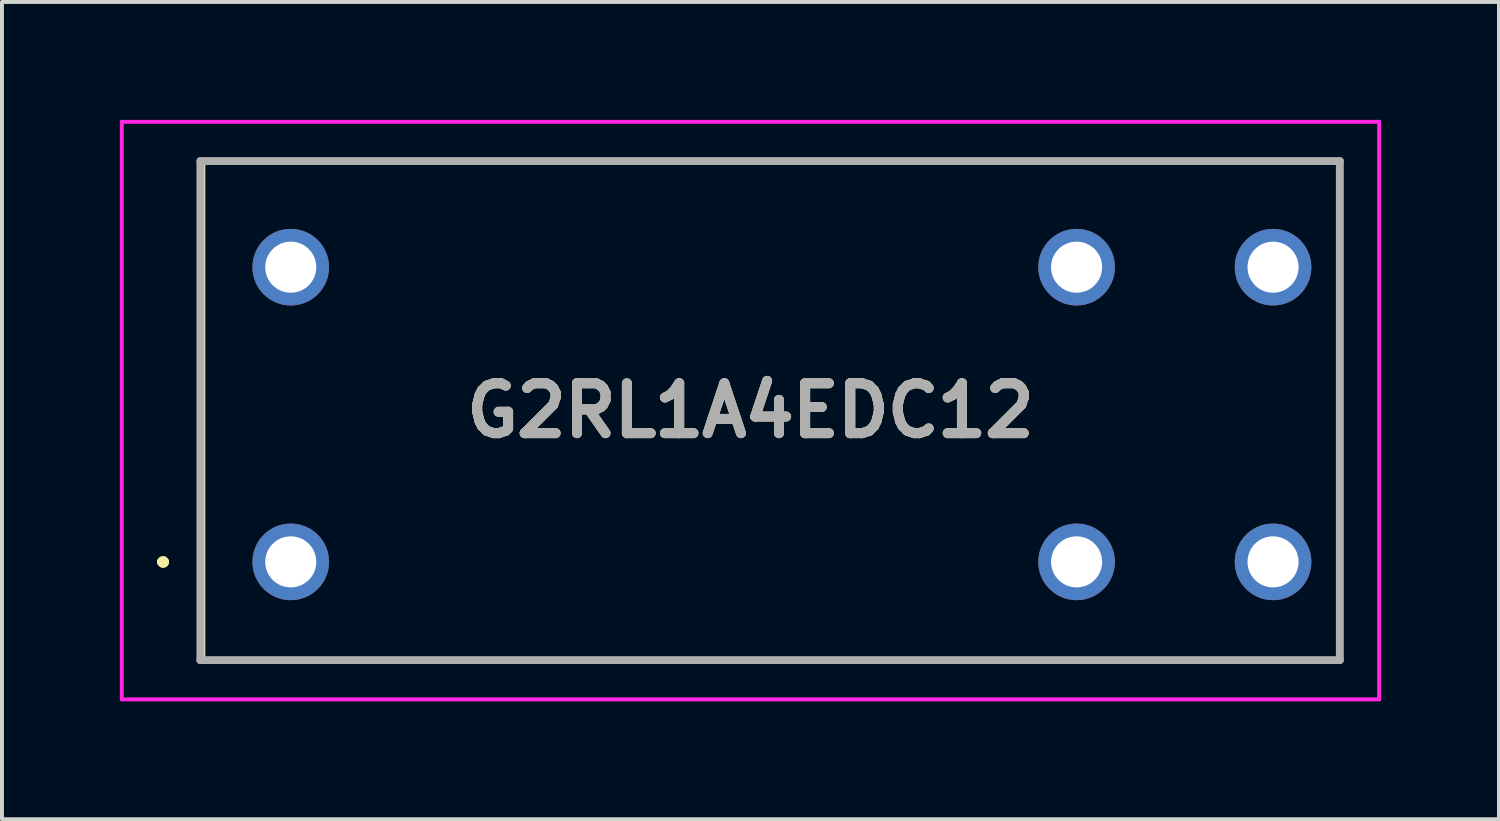
<source format=kicad_pcb>
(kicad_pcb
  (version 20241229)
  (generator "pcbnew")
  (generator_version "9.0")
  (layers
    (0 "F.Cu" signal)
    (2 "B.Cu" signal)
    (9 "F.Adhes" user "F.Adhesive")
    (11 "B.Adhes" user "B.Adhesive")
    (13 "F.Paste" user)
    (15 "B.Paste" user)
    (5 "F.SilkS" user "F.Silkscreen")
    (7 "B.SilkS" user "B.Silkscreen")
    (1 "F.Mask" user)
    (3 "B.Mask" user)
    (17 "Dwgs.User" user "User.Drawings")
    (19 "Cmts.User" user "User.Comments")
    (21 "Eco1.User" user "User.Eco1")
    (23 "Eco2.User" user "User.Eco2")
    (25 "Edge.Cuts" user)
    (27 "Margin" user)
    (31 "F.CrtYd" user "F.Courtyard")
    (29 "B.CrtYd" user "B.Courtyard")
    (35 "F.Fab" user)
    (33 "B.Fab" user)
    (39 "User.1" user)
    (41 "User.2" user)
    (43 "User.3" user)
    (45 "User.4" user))
  (footprint "G2RL1A4EDC12"
    (layer "F.Cu")
    (at 4.35 11.25)
    (property "Reference" "G2RL1A4EDC12" (at 11.7 -3.85 0) (layer "F.SilkS") (effects (font (size 1.27 1.27) (thickness 0.254))))
    (attr through_hole)
    (fp_line (start -3.3 0) (end -3.3 0) (stroke (width 0.2) (type solid)) (layer "F.SilkS"))
    (fp_line (start -3.3 0) (end -3.3 0) (stroke (width 0.2) (type solid)) (layer "F.SilkS"))
    (fp_line (start -3.2 0) (end -3.2 0) (stroke (width 0.2) (type solid)) (layer "F.SilkS"))
    (fp_line (start -2.25 -10.2) (end -2.25 2.5) (stroke (width 0.15) (type solid)) (layer "F.SilkS"))
    (fp_line (start -2.25 2.5) (end 26.7 2.5) (stroke (width 0.15) (type solid)) (layer "F.SilkS"))
    (fp_line (start 26.7 -10.2) (end -2.25 -10.2) (stroke (width 0.15) (type solid)) (layer "F.SilkS"))
    (fp_line (start 26.7 2.5) (end 26.7 -10.2) (stroke (width 0.15) (type solid)) (layer "F.SilkS"))
    (fp_arc (start -3.3 0) (mid -3.25 -0.05) (end -3.2 0) (stroke (width 0.2) (type solid)) (layer "F.SilkS"))
    (fp_arc (start -3.2 0) (mid -3.25 0.05) (end -3.3 0) (stroke (width 0.2) (type solid)) (layer "F.SilkS"))
    (fp_arc (start -3.2 0) (mid -3.25 0.05) (end -3.3 0) (stroke (width 0.2) (type solid)) (layer "F.SilkS"))
    (fp_line (start -4.3 -11.2) (end -4.3 3.5) (stroke (width 0.1) (type solid)) (layer "F.CrtYd"))
    (fp_line (start -4.3 3.5) (end 27.7 3.5) (stroke (width 0.1) (type solid)) (layer "F.CrtYd"))
    (fp_line (start 27.7 -11.2) (end -4.3 -11.2) (stroke (width 0.1) (type solid)) (layer "F.CrtYd"))
    (fp_line (start 27.7 3.5) (end 27.7 -11.2) (stroke (width 0.1) (type solid)) (layer "F.CrtYd"))
    (fp_line (start -2.3 -10.2) (end 26.7 -10.2) (stroke (width 0.2) (type solid)) (layer "F.Fab"))
    (fp_line (start -2.3 2.5) (end -2.3 -10.2) (stroke (width 0.2) (type solid)) (layer "F.Fab"))
    (fp_line (start 26.7 -10.2) (end 26.7 2.5) (stroke (width 0.2) (type solid)) (layer "F.Fab"))
    (fp_line (start 26.7 2.5) (end -2.3 2.5) (stroke (width 0.2) (type solid)) (layer "F.Fab"))
    (fp_text user "${REFERENCE}" (at 11.7 -3.85 0) (layer "F.Fab") (effects (font (size 1.27 1.27) (thickness 0.254))))
    (pad "1" thru_hole circle (at 0 0) (size 1.95 1.95) (drill 1.3) (layers "*.Cu" "*.Mask"))
    (pad "3" thru_hole circle (at 20 0) (size 1.95 1.95) (drill 1.3) (layers "*.Cu" "*.Mask"))
    (pad "4" thru_hole circle (at 25 0) (size 1.95 1.95) (drill 1.3) (layers "*.Cu" "*.Mask"))
    (pad "5" thru_hole circle (at 25 -7.5) (size 1.95 1.95) (drill 1.3) (layers "*.Cu" "*.Mask"))
    (pad "6" thru_hole circle (at 20 -7.5) (size 1.95 1.95) (drill 1.3) (layers "*.Cu" "*.Mask"))
    (pad "8" thru_hole circle (at 0 -7.5) (size 1.95 1.95) (drill 1.3) (layers "*.Cu" "*.Mask")))
  (gr_rect
    (start -3 -3)
    (end 35.1 17.8)
    (stroke (width 0.1) (type default))
    (fill no)
    (layer "Edge.Cuts")))
</source>
